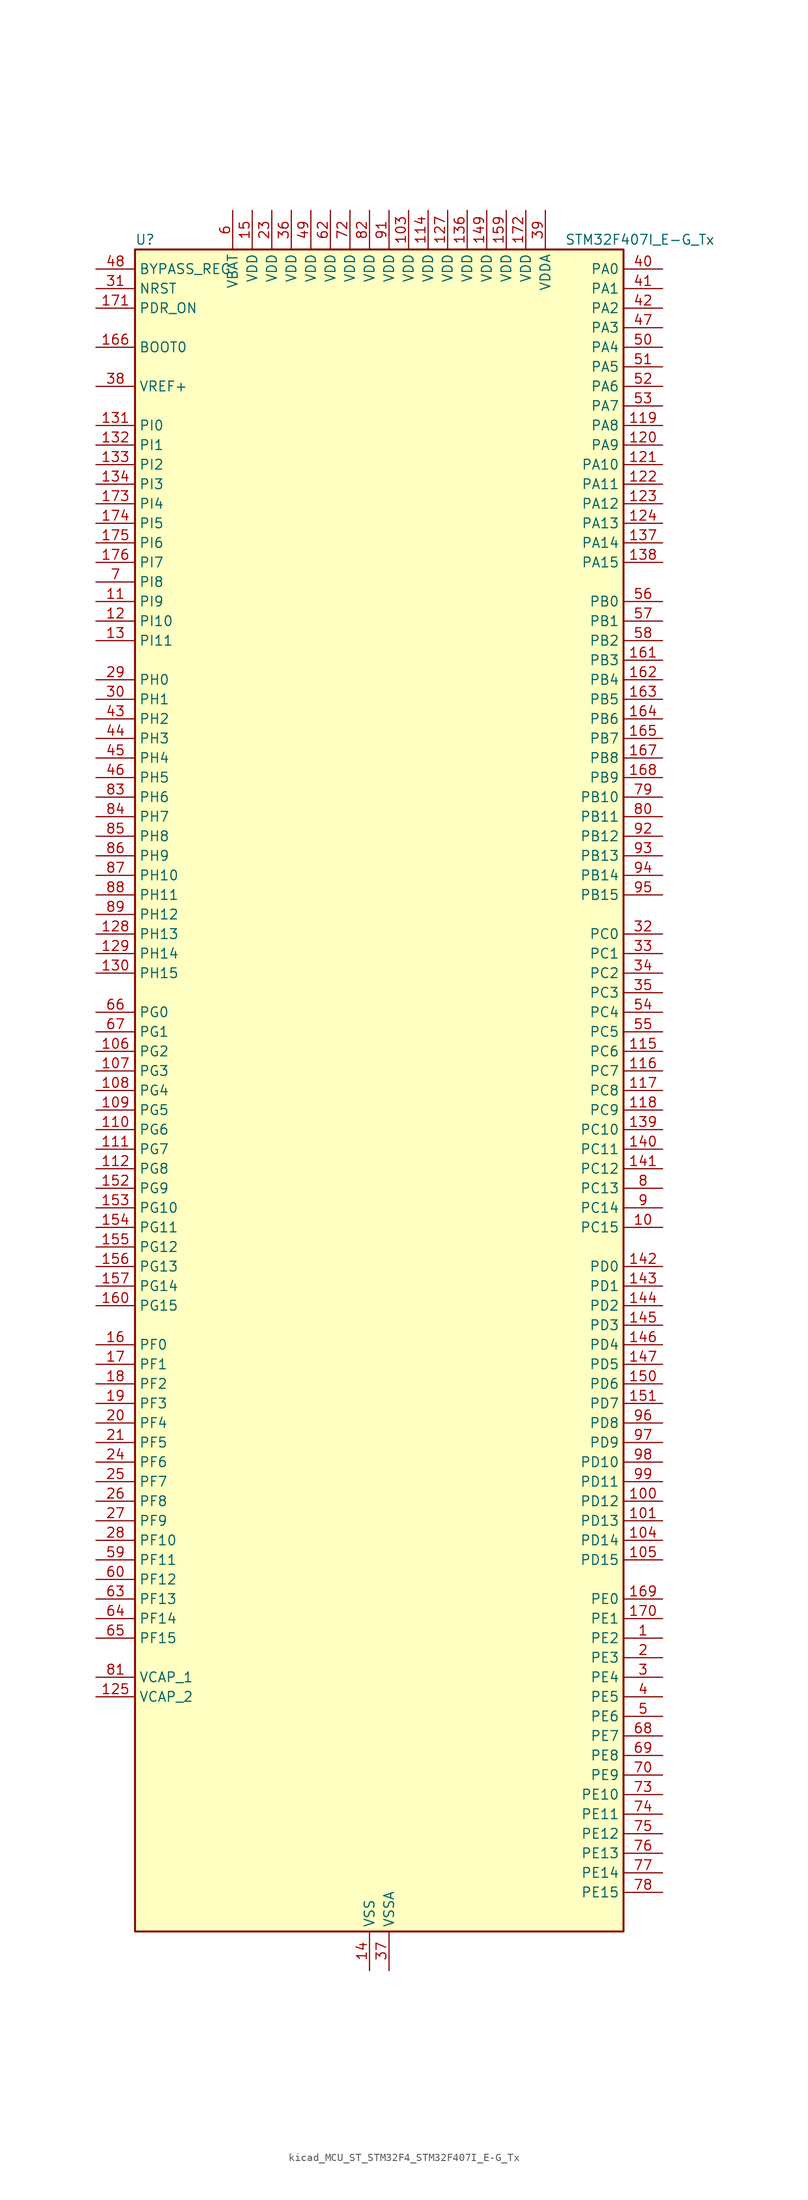
<source format=kicad_sym>
(kicad_symbol_lib
  (version 20220914)
  (generator kicad_symbol_editor)
  (symbol "kicad_MCU_ST_STM32F4_STM32F407I_E-G_Tx"
    (property "Reference" "U"
      (at -30.48 110.49 0)
      (effects (font (size 1.27 1.27)) (justify left)))
    (property "Value" "STM32F407I_E-G_Tx"
      (at 25.4 110.49 0)
      (effects (font (size 1.27 1.27)) (justify left)))
    (property "ki_locked" ""
      (at 0 0 0)
      (effects (font (size 1.27 1.27))))
    (symbol "kicad_MCU_ST_STM32F4_STM32F407I_E-G_Tx_0_1"
      (rectangle (start -30.48 -109.22) (end 33.02 109.22) (stroke (width 0.254) (type default)) (fill (type background))))
    (symbol "kicad_MCU_ST_STM32F4_STM32F407I_E-G_Tx_1_1"
      (pin bidirectional line (at 38.1 -71.12 180) (length 5.08) (name "PE2" (effects (font (size 1.27 1.27)))) (number "1" (effects (font (size 1.27 1.27)))) (alternate "ETH_TXD3" bidirectional line) (alternate "FSMC_A23" bidirectional line) (alternate "SYS_TRACECLK" bidirectional line))
      (pin bidirectional line (at 38.1 -17.78 180) (length 5.08) (name "PC15" (effects (font (size 1.27 1.27)))) (number "10" (effects (font (size 1.27 1.27)))) (alternate "ADC1_EXTI15" bidirectional line) (alternate "ADC2_EXTI15" bidirectional line) (alternate "ADC3_EXTI15" bidirectional line) (alternate "RCC_OSC32_OUT" bidirectional line))
      (pin bidirectional line (at 38.1 -53.34 180) (length 5.08) (name "PD12" (effects (font (size 1.27 1.27)))) (number "100" (effects (font (size 1.27 1.27)))) (alternate "FSMC_A17" bidirectional line) (alternate "FSMC_ALE" bidirectional line) (alternate "TIM4_CH1" bidirectional line) (alternate "USART3_RTS" bidirectional line))
      (pin bidirectional line (at 38.1 -55.88 180) (length 5.08) (name "PD13" (effects (font (size 1.27 1.27)))) (number "101" (effects (font (size 1.27 1.27)))) (alternate "FSMC_A18" bidirectional line) (alternate "TIM4_CH2" bidirectional line))
      (pin passive line (at 0 -114.3 90) (length 5.08) hide (name "VSS" (effects (font (size 1.27 1.27)))) (number "102" (effects (font (size 1.27 1.27)))))
      (pin power_in line (at 5.08 114.3 270) (length 5.08) (name "VDD" (effects (font (size 1.27 1.27)))) (number "103" (effects (font (size 1.27 1.27)))))
      (pin bidirectional line (at 38.1 -58.42 180) (length 5.08) (name "PD14" (effects (font (size 1.27 1.27)))) (number "104" (effects (font (size 1.27 1.27)))) (alternate "FSMC_D0" bidirectional line) (alternate "FSMC_DA0" bidirectional line) (alternate "TIM4_CH3" bidirectional line))
      (pin bidirectional line (at 38.1 -60.96 180) (length 5.08) (name "PD15" (effects (font (size 1.27 1.27)))) (number "105" (effects (font (size 1.27 1.27)))) (alternate "ADC1_EXTI15" bidirectional line) (alternate "ADC2_EXTI15" bidirectional line) (alternate "ADC3_EXTI15" bidirectional line) (alternate "FSMC_D1" bidirectional line) (alternate "FSMC_DA1" bidirectional line) (alternate "TIM4_CH4" bidirectional line))
      (pin bidirectional line (at -35.56 5.08 0) (length 5.08) (name "PG2" (effects (font (size 1.27 1.27)))) (number "106" (effects (font (size 1.27 1.27)))) (alternate "FSMC_A12" bidirectional line))
      (pin bidirectional line (at -35.56 2.54 0) (length 5.08) (name "PG3" (effects (font (size 1.27 1.27)))) (number "107" (effects (font (size 1.27 1.27)))) (alternate "FSMC_A13" bidirectional line))
      (pin bidirectional line (at -35.56 0 0) (length 5.08) (name "PG4" (effects (font (size 1.27 1.27)))) (number "108" (effects (font (size 1.27 1.27)))) (alternate "FSMC_A14" bidirectional line))
      (pin bidirectional line (at -35.56 -2.54 0) (length 5.08) (name "PG5" (effects (font (size 1.27 1.27)))) (number "109" (effects (font (size 1.27 1.27)))) (alternate "FSMC_A15" bidirectional line))
      (pin bidirectional line (at -35.56 63.5 0) (length 5.08) (name "PI9" (effects (font (size 1.27 1.27)))) (number "11" (effects (font (size 1.27 1.27)))) (alternate "CAN1_RX" bidirectional line) (alternate "DAC_EXTI9" bidirectional line))
      (pin bidirectional line (at -35.56 -5.08 0) (length 5.08) (name "PG6" (effects (font (size 1.27 1.27)))) (number "110" (effects (font (size 1.27 1.27)))) (alternate "FSMC_INT2" bidirectional line))
      (pin bidirectional line (at -35.56 -7.62 0) (length 5.08) (name "PG7" (effects (font (size 1.27 1.27)))) (number "111" (effects (font (size 1.27 1.27)))) (alternate "FSMC_INT3" bidirectional line) (alternate "USART6_CK" bidirectional line))
      (pin bidirectional line (at -35.56 -10.16 0) (length 5.08) (name "PG8" (effects (font (size 1.27 1.27)))) (number "112" (effects (font (size 1.27 1.27)))) (alternate "ETH_PPS_OUT" bidirectional line) (alternate "USART6_RTS" bidirectional line))
      (pin passive line (at 0 -114.3 90) (length 5.08) hide (name "VSS" (effects (font (size 1.27 1.27)))) (number "113" (effects (font (size 1.27 1.27)))))
      (pin power_in line (at 7.62 114.3 270) (length 5.08) (name "VDD" (effects (font (size 1.27 1.27)))) (number "114" (effects (font (size 1.27 1.27)))))
      (pin bidirectional line (at 38.1 5.08 180) (length 5.08) (name "PC6" (effects (font (size 1.27 1.27)))) (number "115" (effects (font (size 1.27 1.27)))) (alternate "DCMI_D0" bidirectional line) (alternate "I2S2_MCK" bidirectional line) (alternate "SDIO_D6" bidirectional line) (alternate "TIM3_CH1" bidirectional line) (alternate "TIM8_CH1" bidirectional line) (alternate "USART6_TX" bidirectional line))
      (pin bidirectional line (at 38.1 2.54 180) (length 5.08) (name "PC7" (effects (font (size 1.27 1.27)))) (number "116" (effects (font (size 1.27 1.27)))) (alternate "DCMI_D1" bidirectional line) (alternate "I2S3_MCK" bidirectional line) (alternate "SDIO_D7" bidirectional line) (alternate "TIM3_CH2" bidirectional line) (alternate "TIM8_CH2" bidirectional line) (alternate "USART6_RX" bidirectional line))
      (pin bidirectional line (at 38.1 0 180) (length 5.08) (name "PC8" (effects (font (size 1.27 1.27)))) (number "117" (effects (font (size 1.27 1.27)))) (alternate "DCMI_D2" bidirectional line) (alternate "SDIO_D0" bidirectional line) (alternate "TIM3_CH3" bidirectional line) (alternate "TIM8_CH3" bidirectional line) (alternate "USART6_CK" bidirectional line))
      (pin bidirectional line (at 38.1 -2.54 180) (length 5.08) (name "PC9" (effects (font (size 1.27 1.27)))) (number "118" (effects (font (size 1.27 1.27)))) (alternate "DAC_EXTI9" bidirectional line) (alternate "DCMI_D3" bidirectional line) (alternate "I2C3_SDA" bidirectional line) (alternate "I2S_CKIN" bidirectional line) (alternate "RCC_MCO_2" bidirectional line) (alternate "SDIO_D1" bidirectional line) (alternate "TIM3_CH4" bidirectional line) (alternate "TIM8_CH4" bidirectional line))
      (pin bidirectional line (at 38.1 86.36 180) (length 5.08) (name "PA8" (effects (font (size 1.27 1.27)))) (number "119" (effects (font (size 1.27 1.27)))) (alternate "I2C3_SCL" bidirectional line) (alternate "RCC_MCO_1" bidirectional line) (alternate "TIM1_CH1" bidirectional line) (alternate "USART1_CK" bidirectional line) (alternate "USB_OTG_FS_SOF" bidirectional line))
      (pin bidirectional line (at -35.56 60.96 0) (length 5.08) (name "PI10" (effects (font (size 1.27 1.27)))) (number "12" (effects (font (size 1.27 1.27)))) (alternate "ETH_RX_ER" bidirectional line))
      (pin bidirectional line (at 38.1 83.82 180) (length 5.08) (name "PA9" (effects (font (size 1.27 1.27)))) (number "120" (effects (font (size 1.27 1.27)))) (alternate "DAC_EXTI9" bidirectional line) (alternate "DCMI_D0" bidirectional line) (alternate "I2C3_SMBA" bidirectional line) (alternate "TIM1_CH2" bidirectional line) (alternate "USART1_TX" bidirectional line) (alternate "USB_OTG_FS_VBUS" bidirectional line))
      (pin bidirectional line (at 38.1 81.28 180) (length 5.08) (name "PA10" (effects (font (size 1.27 1.27)))) (number "121" (effects (font (size 1.27 1.27)))) (alternate "DCMI_D1" bidirectional line) (alternate "TIM1_CH3" bidirectional line) (alternate "USART1_RX" bidirectional line) (alternate "USB_OTG_FS_ID" bidirectional line))
      (pin bidirectional line (at 38.1 78.74 180) (length 5.08) (name "PA11" (effects (font (size 1.27 1.27)))) (number "122" (effects (font (size 1.27 1.27)))) (alternate "ADC1_EXTI11" bidirectional line) (alternate "ADC2_EXTI11" bidirectional line) (alternate "ADC3_EXTI11" bidirectional line) (alternate "CAN1_RX" bidirectional line) (alternate "TIM1_CH4" bidirectional line) (alternate "USART1_CTS" bidirectional line) (alternate "USB_OTG_FS_DM" bidirectional line))
      (pin bidirectional line (at 38.1 76.2 180) (length 5.08) (name "PA12" (effects (font (size 1.27 1.27)))) (number "123" (effects (font (size 1.27 1.27)))) (alternate "CAN1_TX" bidirectional line) (alternate "TIM1_ETR" bidirectional line) (alternate "USART1_RTS" bidirectional line) (alternate "USB_OTG_FS_DP" bidirectional line))
      (pin bidirectional line (at 38.1 73.66 180) (length 5.08) (name "PA13" (effects (font (size 1.27 1.27)))) (number "124" (effects (font (size 1.27 1.27)))) (alternate "SYS_JTMS-SWDIO" bidirectional line))
      (pin power_out line (at -35.56 -78.74 0) (length 5.08) (name "VCAP_2" (effects (font (size 1.27 1.27)))) (number "125" (effects (font (size 1.27 1.27)))))
      (pin passive line (at 0 -114.3 90) (length 5.08) hide (name "VSS" (effects (font (size 1.27 1.27)))) (number "126" (effects (font (size 1.27 1.27)))))
      (pin power_in line (at 10.16 114.3 270) (length 5.08) (name "VDD" (effects (font (size 1.27 1.27)))) (number "127" (effects (font (size 1.27 1.27)))))
      (pin bidirectional line (at -35.56 20.32 0) (length 5.08) (name "PH13" (effects (font (size 1.27 1.27)))) (number "128" (effects (font (size 1.27 1.27)))) (alternate "CAN1_TX" bidirectional line) (alternate "TIM8_CH1N" bidirectional line))
      (pin bidirectional line (at -35.56 17.78 0) (length 5.08) (name "PH14" (effects (font (size 1.27 1.27)))) (number "129" (effects (font (size 1.27 1.27)))) (alternate "DCMI_D4" bidirectional line) (alternate "TIM8_CH2N" bidirectional line))
      (pin bidirectional line (at -35.56 58.42 0) (length 5.08) (name "PI11" (effects (font (size 1.27 1.27)))) (number "13" (effects (font (size 1.27 1.27)))) (alternate "ADC1_EXTI11" bidirectional line) (alternate "ADC2_EXTI11" bidirectional line) (alternate "ADC3_EXTI11" bidirectional line) (alternate "USB_OTG_HS_ULPI_DIR" bidirectional line))
      (pin bidirectional line (at -35.56 15.24 0) (length 5.08) (name "PH15" (effects (font (size 1.27 1.27)))) (number "130" (effects (font (size 1.27 1.27)))) (alternate "ADC1_EXTI15" bidirectional line) (alternate "ADC2_EXTI15" bidirectional line) (alternate "ADC3_EXTI15" bidirectional line) (alternate "DCMI_D11" bidirectional line) (alternate "TIM8_CH3N" bidirectional line))
      (pin bidirectional line (at -35.56 86.36 0) (length 5.08) (name "PI0" (effects (font (size 1.27 1.27)))) (number "131" (effects (font (size 1.27 1.27)))) (alternate "DCMI_D13" bidirectional line) (alternate "I2S2_WS" bidirectional line) (alternate "SPI2_NSS" bidirectional line) (alternate "TIM5_CH4" bidirectional line))
      (pin bidirectional line (at -35.56 83.82 0) (length 5.08) (name "PI1" (effects (font (size 1.27 1.27)))) (number "132" (effects (font (size 1.27 1.27)))) (alternate "DCMI_D8" bidirectional line) (alternate "I2S2_CK" bidirectional line) (alternate "SPI2_SCK" bidirectional line))
      (pin bidirectional line (at -35.56 81.28 0) (length 5.08) (name "PI2" (effects (font (size 1.27 1.27)))) (number "133" (effects (font (size 1.27 1.27)))) (alternate "DCMI_D9" bidirectional line) (alternate "I2S2_ext_SD" bidirectional line) (alternate "SPI2_MISO" bidirectional line) (alternate "TIM8_CH4" bidirectional line))
      (pin bidirectional line (at -35.56 78.74 0) (length 5.08) (name "PI3" (effects (font (size 1.27 1.27)))) (number "134" (effects (font (size 1.27 1.27)))) (alternate "DCMI_D10" bidirectional line) (alternate "I2S2_SD" bidirectional line) (alternate "SPI2_MOSI" bidirectional line) (alternate "TIM8_ETR" bidirectional line))
      (pin passive line (at 0 -114.3 90) (length 5.08) hide (name "VSS" (effects (font (size 1.27 1.27)))) (number "135" (effects (font (size 1.27 1.27)))))
      (pin power_in line (at 12.7 114.3 270) (length 5.08) (name "VDD" (effects (font (size 1.27 1.27)))) (number "136" (effects (font (size 1.27 1.27)))))
      (pin bidirectional line (at 38.1 71.12 180) (length 5.08) (name "PA14" (effects (font (size 1.27 1.27)))) (number "137" (effects (font (size 1.27 1.27)))) (alternate "SYS_JTCK-SWCLK" bidirectional line))
      (pin bidirectional line (at 38.1 68.58 180) (length 5.08) (name "PA15" (effects (font (size 1.27 1.27)))) (number "138" (effects (font (size 1.27 1.27)))) (alternate "ADC1_EXTI15" bidirectional line) (alternate "ADC2_EXTI15" bidirectional line) (alternate "ADC3_EXTI15" bidirectional line) (alternate "I2S3_WS" bidirectional line) (alternate "SPI1_NSS" bidirectional line) (alternate "SPI3_NSS" bidirectional line) (alternate "SYS_JTDI" bidirectional line) (alternate "TIM2_CH1" bidirectional line) (alternate "TIM2_ETR" bidirectional line))
      (pin bidirectional line (at 38.1 -5.08 180) (length 5.08) (name "PC10" (effects (font (size 1.27 1.27)))) (number "139" (effects (font (size 1.27 1.27)))) (alternate "DCMI_D8" bidirectional line) (alternate "I2S3_CK" bidirectional line) (alternate "SDIO_D2" bidirectional line) (alternate "SPI3_SCK" bidirectional line) (alternate "UART4_TX" bidirectional line) (alternate "USART3_TX" bidirectional line))
      (pin power_in line (at 0 -114.3 90) (length 5.08) (name "VSS" (effects (font (size 1.27 1.27)))) (number "14" (effects (font (size 1.27 1.27)))))
      (pin bidirectional line (at 38.1 -7.62 180) (length 5.08) (name "PC11" (effects (font (size 1.27 1.27)))) (number "140" (effects (font (size 1.27 1.27)))) (alternate "ADC1_EXTI11" bidirectional line) (alternate "ADC2_EXTI11" bidirectional line) (alternate "ADC3_EXTI11" bidirectional line) (alternate "DCMI_D4" bidirectional line) (alternate "I2S3_ext_SD" bidirectional line) (alternate "SDIO_D3" bidirectional line) (alternate "SPI3_MISO" bidirectional line) (alternate "UART4_RX" bidirectional line) (alternate "USART3_RX" bidirectional line))
      (pin bidirectional line (at 38.1 -10.16 180) (length 5.08) (name "PC12" (effects (font (size 1.27 1.27)))) (number "141" (effects (font (size 1.27 1.27)))) (alternate "DCMI_D9" bidirectional line) (alternate "I2S3_SD" bidirectional line) (alternate "SDIO_CK" bidirectional line) (alternate "SPI3_MOSI" bidirectional line) (alternate "UART5_TX" bidirectional line) (alternate "USART3_CK" bidirectional line))
      (pin bidirectional line (at 38.1 -22.86 180) (length 5.08) (name "PD0" (effects (font (size 1.27 1.27)))) (number "142" (effects (font (size 1.27 1.27)))) (alternate "CAN1_RX" bidirectional line) (alternate "FSMC_D2" bidirectional line) (alternate "FSMC_DA2" bidirectional line))
      (pin bidirectional line (at 38.1 -25.4 180) (length 5.08) (name "PD1" (effects (font (size 1.27 1.27)))) (number "143" (effects (font (size 1.27 1.27)))) (alternate "CAN1_TX" bidirectional line) (alternate "FSMC_D3" bidirectional line) (alternate "FSMC_DA3" bidirectional line))
      (pin bidirectional line (at 38.1 -27.94 180) (length 5.08) (name "PD2" (effects (font (size 1.27 1.27)))) (number "144" (effects (font (size 1.27 1.27)))) (alternate "DCMI_D11" bidirectional line) (alternate "SDIO_CMD" bidirectional line) (alternate "TIM3_ETR" bidirectional line) (alternate "UART5_RX" bidirectional line))
      (pin bidirectional line (at 38.1 -30.48 180) (length 5.08) (name "PD3" (effects (font (size 1.27 1.27)))) (number "145" (effects (font (size 1.27 1.27)))) (alternate "FSMC_CLK" bidirectional line) (alternate "USART2_CTS" bidirectional line))
      (pin bidirectional line (at 38.1 -33.02 180) (length 5.08) (name "PD4" (effects (font (size 1.27 1.27)))) (number "146" (effects (font (size 1.27 1.27)))) (alternate "FSMC_NOE" bidirectional line) (alternate "USART2_RTS" bidirectional line))
      (pin bidirectional line (at 38.1 -35.56 180) (length 5.08) (name "PD5" (effects (font (size 1.27 1.27)))) (number "147" (effects (font (size 1.27 1.27)))) (alternate "FSMC_NWE" bidirectional line) (alternate "USART2_TX" bidirectional line))
      (pin passive line (at 0 -114.3 90) (length 5.08) hide (name "VSS" (effects (font (size 1.27 1.27)))) (number "148" (effects (font (size 1.27 1.27)))))
      (pin power_in line (at 15.24 114.3 270) (length 5.08) (name "VDD" (effects (font (size 1.27 1.27)))) (number "149" (effects (font (size 1.27 1.27)))))
      (pin power_in line (at -15.24 114.3 270) (length 5.08) (name "VDD" (effects (font (size 1.27 1.27)))) (number "15" (effects (font (size 1.27 1.27)))))
      (pin bidirectional line (at 38.1 -38.1 180) (length 5.08) (name "PD6" (effects (font (size 1.27 1.27)))) (number "150" (effects (font (size 1.27 1.27)))) (alternate "FSMC_NWAIT" bidirectional line) (alternate "USART2_RX" bidirectional line))
      (pin bidirectional line (at 38.1 -40.64 180) (length 5.08) (name "PD7" (effects (font (size 1.27 1.27)))) (number "151" (effects (font (size 1.27 1.27)))) (alternate "FSMC_NCE2" bidirectional line) (alternate "FSMC_NE1" bidirectional line) (alternate "USART2_CK" bidirectional line))
      (pin bidirectional line (at -35.56 -12.7 0) (length 5.08) (name "PG9" (effects (font (size 1.27 1.27)))) (number "152" (effects (font (size 1.27 1.27)))) (alternate "DAC_EXTI9" bidirectional line) (alternate "FSMC_NCE3" bidirectional line) (alternate "FSMC_NE2" bidirectional line) (alternate "USART6_RX" bidirectional line))
      (pin bidirectional line (at -35.56 -15.24 0) (length 5.08) (name "PG10" (effects (font (size 1.27 1.27)))) (number "153" (effects (font (size 1.27 1.27)))) (alternate "FSMC_NCE4_1" bidirectional line) (alternate "FSMC_NE3" bidirectional line))
      (pin bidirectional line (at -35.56 -17.78 0) (length 5.08) (name "PG11" (effects (font (size 1.27 1.27)))) (number "154" (effects (font (size 1.27 1.27)))) (alternate "ADC1_EXTI11" bidirectional line) (alternate "ADC2_EXTI11" bidirectional line) (alternate "ADC3_EXTI11" bidirectional line) (alternate "ETH_TX_EN" bidirectional line) (alternate "FSMC_NCE4_2" bidirectional line))
      (pin bidirectional line (at -35.56 -20.32 0) (length 5.08) (name "PG12" (effects (font (size 1.27 1.27)))) (number "155" (effects (font (size 1.27 1.27)))) (alternate "FSMC_NE4" bidirectional line) (alternate "USART6_RTS" bidirectional line))
      (pin bidirectional line (at -35.56 -22.86 0) (length 5.08) (name "PG13" (effects (font (size 1.27 1.27)))) (number "156" (effects (font (size 1.27 1.27)))) (alternate "ETH_TXD0" bidirectional line) (alternate "FSMC_A24" bidirectional line) (alternate "USART6_CTS" bidirectional line))
      (pin bidirectional line (at -35.56 -25.4 0) (length 5.08) (name "PG14" (effects (font (size 1.27 1.27)))) (number "157" (effects (font (size 1.27 1.27)))) (alternate "ETH_TXD1" bidirectional line) (alternate "FSMC_A25" bidirectional line) (alternate "USART6_TX" bidirectional line))
      (pin passive line (at 0 -114.3 90) (length 5.08) hide (name "VSS" (effects (font (size 1.27 1.27)))) (number "158" (effects (font (size 1.27 1.27)))))
      (pin power_in line (at 17.78 114.3 270) (length 5.08) (name "VDD" (effects (font (size 1.27 1.27)))) (number "159" (effects (font (size 1.27 1.27)))))
      (pin bidirectional line (at -35.56 -33.02 0) (length 5.08) (name "PF0" (effects (font (size 1.27 1.27)))) (number "16" (effects (font (size 1.27 1.27)))) (alternate "FSMC_A0" bidirectional line) (alternate "I2C2_SDA" bidirectional line))
      (pin bidirectional line (at -35.56 -27.94 0) (length 5.08) (name "PG15" (effects (font (size 1.27 1.27)))) (number "160" (effects (font (size 1.27 1.27)))) (alternate "ADC1_EXTI15" bidirectional line) (alternate "ADC2_EXTI15" bidirectional line) (alternate "ADC3_EXTI15" bidirectional line) (alternate "DCMI_D13" bidirectional line) (alternate "USART6_CTS" bidirectional line))
      (pin bidirectional line (at 38.1 55.88 180) (length 5.08) (name "PB3" (effects (font (size 1.27 1.27)))) (number "161" (effects (font (size 1.27 1.27)))) (alternate "I2S3_CK" bidirectional line) (alternate "SPI1_SCK" bidirectional line) (alternate "SPI3_SCK" bidirectional line) (alternate "SYS_JTDO-SWO" bidirectional line) (alternate "TIM2_CH2" bidirectional line))
      (pin bidirectional line (at 38.1 53.34 180) (length 5.08) (name "PB4" (effects (font (size 1.27 1.27)))) (number "162" (effects (font (size 1.27 1.27)))) (alternate "I2S3_ext_SD" bidirectional line) (alternate "SPI1_MISO" bidirectional line) (alternate "SPI3_MISO" bidirectional line) (alternate "SYS_JTRST" bidirectional line) (alternate "TIM3_CH1" bidirectional line))
      (pin bidirectional line (at 38.1 50.8 180) (length 5.08) (name "PB5" (effects (font (size 1.27 1.27)))) (number "163" (effects (font (size 1.27 1.27)))) (alternate "CAN2_RX" bidirectional line) (alternate "DCMI_D10" bidirectional line) (alternate "ETH_PPS_OUT" bidirectional line) (alternate "I2C1_SMBA" bidirectional line) (alternate "I2S3_SD" bidirectional line) (alternate "SPI1_MOSI" bidirectional line) (alternate "SPI3_MOSI" bidirectional line) (alternate "TIM3_CH2" bidirectional line) (alternate "USB_OTG_HS_ULPI_D7" bidirectional line))
      (pin bidirectional line (at 38.1 48.26 180) (length 5.08) (name "PB6" (effects (font (size 1.27 1.27)))) (number "164" (effects (font (size 1.27 1.27)))) (alternate "CAN2_TX" bidirectional line) (alternate "DCMI_D5" bidirectional line) (alternate "I2C1_SCL" bidirectional line) (alternate "TIM4_CH1" bidirectional line) (alternate "USART1_TX" bidirectional line))
      (pin bidirectional line (at 38.1 45.72 180) (length 5.08) (name "PB7" (effects (font (size 1.27 1.27)))) (number "165" (effects (font (size 1.27 1.27)))) (alternate "DCMI_VSYNC" bidirectional line) (alternate "FSMC_NL" bidirectional line) (alternate "I2C1_SDA" bidirectional line) (alternate "TIM4_CH2" bidirectional line) (alternate "USART1_RX" bidirectional line))
      (pin input line (at -35.56 96.52 0) (length 5.08) (name "BOOT0" (effects (font (size 1.27 1.27)))) (number "166" (effects (font (size 1.27 1.27)))))
      (pin bidirectional line (at 38.1 43.18 180) (length 5.08) (name "PB8" (effects (font (size 1.27 1.27)))) (number "167" (effects (font (size 1.27 1.27)))) (alternate "CAN1_RX" bidirectional line) (alternate "DCMI_D6" bidirectional line) (alternate "ETH_TXD3" bidirectional line) (alternate "I2C1_SCL" bidirectional line) (alternate "SDIO_D4" bidirectional line) (alternate "TIM10_CH1" bidirectional line) (alternate "TIM4_CH3" bidirectional line))
      (pin bidirectional line (at 38.1 40.64 180) (length 5.08) (name "PB9" (effects (font (size 1.27 1.27)))) (number "168" (effects (font (size 1.27 1.27)))) (alternate "CAN1_TX" bidirectional line) (alternate "DAC_EXTI9" bidirectional line) (alternate "DCMI_D7" bidirectional line) (alternate "I2C1_SDA" bidirectional line) (alternate "I2S2_WS" bidirectional line) (alternate "SDIO_D5" bidirectional line) (alternate "SPI2_NSS" bidirectional line) (alternate "TIM11_CH1" bidirectional line) (alternate "TIM4_CH4" bidirectional line))
      (pin bidirectional line (at 38.1 -66.04 180) (length 5.08) (name "PE0" (effects (font (size 1.27 1.27)))) (number "169" (effects (font (size 1.27 1.27)))) (alternate "DCMI_D2" bidirectional line) (alternate "FSMC_NBL0" bidirectional line) (alternate "TIM4_ETR" bidirectional line))
      (pin bidirectional line (at -35.56 -35.56 0) (length 5.08) (name "PF1" (effects (font (size 1.27 1.27)))) (number "17" (effects (font (size 1.27 1.27)))) (alternate "FSMC_A1" bidirectional line) (alternate "I2C2_SCL" bidirectional line))
      (pin bidirectional line (at 38.1 -68.58 180) (length 5.08) (name "PE1" (effects (font (size 1.27 1.27)))) (number "170" (effects (font (size 1.27 1.27)))) (alternate "DCMI_D3" bidirectional line) (alternate "FSMC_NBL1" bidirectional line))
      (pin input line (at -35.56 101.6 0) (length 5.08) (name "PDR_ON" (effects (font (size 1.27 1.27)))) (number "171" (effects (font (size 1.27 1.27)))))
      (pin power_in line (at 20.32 114.3 270) (length 5.08) (name "VDD" (effects (font (size 1.27 1.27)))) (number "172" (effects (font (size 1.27 1.27)))))
      (pin bidirectional line (at -35.56 76.2 0) (length 5.08) (name "PI4" (effects (font (size 1.27 1.27)))) (number "173" (effects (font (size 1.27 1.27)))) (alternate "DCMI_D5" bidirectional line) (alternate "TIM8_BKIN" bidirectional line))
      (pin bidirectional line (at -35.56 73.66 0) (length 5.08) (name "PI5" (effects (font (size 1.27 1.27)))) (number "174" (effects (font (size 1.27 1.27)))) (alternate "DCMI_VSYNC" bidirectional line) (alternate "TIM8_CH1" bidirectional line))
      (pin bidirectional line (at -35.56 71.12 0) (length 5.08) (name "PI6" (effects (font (size 1.27 1.27)))) (number "175" (effects (font (size 1.27 1.27)))) (alternate "DCMI_D6" bidirectional line) (alternate "TIM8_CH2" bidirectional line))
      (pin bidirectional line (at -35.56 68.58 0) (length 5.08) (name "PI7" (effects (font (size 1.27 1.27)))) (number "176" (effects (font (size 1.27 1.27)))) (alternate "DCMI_D7" bidirectional line) (alternate "TIM8_CH3" bidirectional line))
      (pin bidirectional line (at -35.56 -38.1 0) (length 5.08) (name "PF2" (effects (font (size 1.27 1.27)))) (number "18" (effects (font (size 1.27 1.27)))) (alternate "FSMC_A2" bidirectional line) (alternate "I2C2_SMBA" bidirectional line))
      (pin bidirectional line (at -35.56 -40.64 0) (length 5.08) (name "PF3" (effects (font (size 1.27 1.27)))) (number "19" (effects (font (size 1.27 1.27)))) (alternate "ADC3_IN9" bidirectional line) (alternate "FSMC_A3" bidirectional line))
      (pin bidirectional line (at 38.1 -73.66 180) (length 5.08) (name "PE3" (effects (font (size 1.27 1.27)))) (number "2" (effects (font (size 1.27 1.27)))) (alternate "FSMC_A19" bidirectional line) (alternate "SYS_TRACED0" bidirectional line))
      (pin bidirectional line (at -35.56 -43.18 0) (length 5.08) (name "PF4" (effects (font (size 1.27 1.27)))) (number "20" (effects (font (size 1.27 1.27)))) (alternate "ADC3_IN14" bidirectional line) (alternate "FSMC_A4" bidirectional line))
      (pin bidirectional line (at -35.56 -45.72 0) (length 5.08) (name "PF5" (effects (font (size 1.27 1.27)))) (number "21" (effects (font (size 1.27 1.27)))) (alternate "ADC3_IN15" bidirectional line) (alternate "FSMC_A5" bidirectional line))
      (pin passive line (at 0 -114.3 90) (length 5.08) hide (name "VSS" (effects (font (size 1.27 1.27)))) (number "22" (effects (font (size 1.27 1.27)))))
      (pin power_in line (at -12.7 114.3 270) (length 5.08) (name "VDD" (effects (font (size 1.27 1.27)))) (number "23" (effects (font (size 1.27 1.27)))))
      (pin bidirectional line (at -35.56 -48.26 0) (length 5.08) (name "PF6" (effects (font (size 1.27 1.27)))) (number "24" (effects (font (size 1.27 1.27)))) (alternate "ADC3_IN4" bidirectional line) (alternate "FSMC_NIORD" bidirectional line) (alternate "TIM10_CH1" bidirectional line))
      (pin bidirectional line (at -35.56 -50.8 0) (length 5.08) (name "PF7" (effects (font (size 1.27 1.27)))) (number "25" (effects (font (size 1.27 1.27)))) (alternate "ADC3_IN5" bidirectional line) (alternate "FSMC_NREG" bidirectional line) (alternate "TIM11_CH1" bidirectional line))
      (pin bidirectional line (at -35.56 -53.34 0) (length 5.08) (name "PF8" (effects (font (size 1.27 1.27)))) (number "26" (effects (font (size 1.27 1.27)))) (alternate "ADC3_IN6" bidirectional line) (alternate "FSMC_NIOWR" bidirectional line) (alternate "TIM13_CH1" bidirectional line))
      (pin bidirectional line (at -35.56 -55.88 0) (length 5.08) (name "PF9" (effects (font (size 1.27 1.27)))) (number "27" (effects (font (size 1.27 1.27)))) (alternate "ADC3_IN7" bidirectional line) (alternate "DAC_EXTI9" bidirectional line) (alternate "FSMC_CD" bidirectional line) (alternate "TIM14_CH1" bidirectional line))
      (pin bidirectional line (at -35.56 -58.42 0) (length 5.08) (name "PF10" (effects (font (size 1.27 1.27)))) (number "28" (effects (font (size 1.27 1.27)))) (alternate "ADC3_IN8" bidirectional line) (alternate "FSMC_INTR" bidirectional line))
      (pin bidirectional line (at -35.56 53.34 0) (length 5.08) (name "PH0" (effects (font (size 1.27 1.27)))) (number "29" (effects (font (size 1.27 1.27)))) (alternate "RCC_OSC_IN" bidirectional line))
      (pin bidirectional line (at 38.1 -76.2 180) (length 5.08) (name "PE4" (effects (font (size 1.27 1.27)))) (number "3" (effects (font (size 1.27 1.27)))) (alternate "DCMI_D4" bidirectional line) (alternate "FSMC_A20" bidirectional line) (alternate "SYS_TRACED1" bidirectional line))
      (pin bidirectional line (at -35.56 50.8 0) (length 5.08) (name "PH1" (effects (font (size 1.27 1.27)))) (number "30" (effects (font (size 1.27 1.27)))) (alternate "RCC_OSC_OUT" bidirectional line))
      (pin input line (at -35.56 104.14 0) (length 5.08) (name "NRST" (effects (font (size 1.27 1.27)))) (number "31" (effects (font (size 1.27 1.27)))))
      (pin bidirectional line (at 38.1 20.32 180) (length 5.08) (name "PC0" (effects (font (size 1.27 1.27)))) (number "32" (effects (font (size 1.27 1.27)))) (alternate "ADC1_IN10" bidirectional line) (alternate "ADC2_IN10" bidirectional line) (alternate "ADC3_IN10" bidirectional line) (alternate "USB_OTG_HS_ULPI_STP" bidirectional line))
      (pin bidirectional line (at 38.1 17.78 180) (length 5.08) (name "PC1" (effects (font (size 1.27 1.27)))) (number "33" (effects (font (size 1.27 1.27)))) (alternate "ADC1_IN11" bidirectional line) (alternate "ADC2_IN11" bidirectional line) (alternate "ADC3_IN11" bidirectional line) (alternate "ETH_MDC" bidirectional line))
      (pin bidirectional line (at 38.1 15.24 180) (length 5.08) (name "PC2" (effects (font (size 1.27 1.27)))) (number "34" (effects (font (size 1.27 1.27)))) (alternate "ADC1_IN12" bidirectional line) (alternate "ADC2_IN12" bidirectional line) (alternate "ADC3_IN12" bidirectional line) (alternate "ETH_TXD2" bidirectional line) (alternate "I2S2_ext_SD" bidirectional line) (alternate "SPI2_MISO" bidirectional line) (alternate "USB_OTG_HS_ULPI_DIR" bidirectional line))
      (pin bidirectional line (at 38.1 12.7 180) (length 5.08) (name "PC3" (effects (font (size 1.27 1.27)))) (number "35" (effects (font (size 1.27 1.27)))) (alternate "ADC1_IN13" bidirectional line) (alternate "ADC2_IN13" bidirectional line) (alternate "ADC3_IN13" bidirectional line) (alternate "ETH_TX_CLK" bidirectional line) (alternate "I2S2_SD" bidirectional line) (alternate "SPI2_MOSI" bidirectional line) (alternate "USB_OTG_HS_ULPI_NXT" bidirectional line))
      (pin power_in line (at -10.16 114.3 270) (length 5.08) (name "VDD" (effects (font (size 1.27 1.27)))) (number "36" (effects (font (size 1.27 1.27)))))
      (pin power_in line (at 2.54 -114.3 90) (length 5.08) (name "VSSA" (effects (font (size 1.27 1.27)))) (number "37" (effects (font (size 1.27 1.27)))))
      (pin input line (at -35.56 91.44 0) (length 5.08) (name "VREF+" (effects (font (size 1.27 1.27)))) (number "38" (effects (font (size 1.27 1.27)))))
      (pin power_in line (at 22.86 114.3 270) (length 5.08) (name "VDDA" (effects (font (size 1.27 1.27)))) (number "39" (effects (font (size 1.27 1.27)))))
      (pin bidirectional line (at 38.1 -78.74 180) (length 5.08) (name "PE5" (effects (font (size 1.27 1.27)))) (number "4" (effects (font (size 1.27 1.27)))) (alternate "DCMI_D6" bidirectional line) (alternate "FSMC_A21" bidirectional line) (alternate "SYS_TRACED2" bidirectional line) (alternate "TIM9_CH1" bidirectional line))
      (pin bidirectional line (at 38.1 106.68 180) (length 5.08) (name "PA0" (effects (font (size 1.27 1.27)))) (number "40" (effects (font (size 1.27 1.27)))) (alternate "ADC1_IN0" bidirectional line) (alternate "ADC2_IN0" bidirectional line) (alternate "ADC3_IN0" bidirectional line) (alternate "ETH_CRS" bidirectional line) (alternate "SYS_WKUP" bidirectional line) (alternate "TIM2_CH1" bidirectional line) (alternate "TIM2_ETR" bidirectional line) (alternate "TIM5_CH1" bidirectional line) (alternate "TIM8_ETR" bidirectional line) (alternate "UART4_TX" bidirectional line) (alternate "USART2_CTS" bidirectional line))
      (pin bidirectional line (at 38.1 104.14 180) (length 5.08) (name "PA1" (effects (font (size 1.27 1.27)))) (number "41" (effects (font (size 1.27 1.27)))) (alternate "ADC1_IN1" bidirectional line) (alternate "ADC2_IN1" bidirectional line) (alternate "ADC3_IN1" bidirectional line) (alternate "ETH_REF_CLK" bidirectional line) (alternate "ETH_RX_CLK" bidirectional line) (alternate "TIM2_CH2" bidirectional line) (alternate "TIM5_CH2" bidirectional line) (alternate "UART4_RX" bidirectional line) (alternate "USART2_RTS" bidirectional line))
      (pin bidirectional line (at 38.1 101.6 180) (length 5.08) (name "PA2" (effects (font (size 1.27 1.27)))) (number "42" (effects (font (size 1.27 1.27)))) (alternate "ADC1_IN2" bidirectional line) (alternate "ADC2_IN2" bidirectional line) (alternate "ADC3_IN2" bidirectional line) (alternate "ETH_MDIO" bidirectional line) (alternate "TIM2_CH3" bidirectional line) (alternate "TIM5_CH3" bidirectional line) (alternate "TIM9_CH1" bidirectional line) (alternate "USART2_TX" bidirectional line))
      (pin bidirectional line (at -35.56 48.26 0) (length 5.08) (name "PH2" (effects (font (size 1.27 1.27)))) (number "43" (effects (font (size 1.27 1.27)))) (alternate "ETH_CRS" bidirectional line))
      (pin bidirectional line (at -35.56 45.72 0) (length 5.08) (name "PH3" (effects (font (size 1.27 1.27)))) (number "44" (effects (font (size 1.27 1.27)))) (alternate "ETH_COL" bidirectional line))
      (pin bidirectional line (at -35.56 43.18 0) (length 5.08) (name "PH4" (effects (font (size 1.27 1.27)))) (number "45" (effects (font (size 1.27 1.27)))) (alternate "I2C2_SCL" bidirectional line) (alternate "USB_OTG_HS_ULPI_NXT" bidirectional line))
      (pin bidirectional line (at -35.56 40.64 0) (length 5.08) (name "PH5" (effects (font (size 1.27 1.27)))) (number "46" (effects (font (size 1.27 1.27)))) (alternate "I2C2_SDA" bidirectional line))
      (pin bidirectional line (at 38.1 99.06 180) (length 5.08) (name "PA3" (effects (font (size 1.27 1.27)))) (number "47" (effects (font (size 1.27 1.27)))) (alternate "ADC1_IN3" bidirectional line) (alternate "ADC2_IN3" bidirectional line) (alternate "ADC3_IN3" bidirectional line) (alternate "ETH_COL" bidirectional line) (alternate "TIM2_CH4" bidirectional line) (alternate "TIM5_CH4" bidirectional line) (alternate "TIM9_CH2" bidirectional line) (alternate "USART2_RX" bidirectional line) (alternate "USB_OTG_HS_ULPI_D0" bidirectional line))
      (pin input line (at -35.56 106.68 0) (length 5.08) (name "BYPASS_REG" (effects (font (size 1.27 1.27)))) (number "48" (effects (font (size 1.27 1.27)))))
      (pin power_in line (at -7.62 114.3 270) (length 5.08) (name "VDD" (effects (font (size 1.27 1.27)))) (number "49" (effects (font (size 1.27 1.27)))))
      (pin bidirectional line (at 38.1 -81.28 180) (length 5.08) (name "PE6" (effects (font (size 1.27 1.27)))) (number "5" (effects (font (size 1.27 1.27)))) (alternate "DCMI_D7" bidirectional line) (alternate "FSMC_A22" bidirectional line) (alternate "SYS_TRACED3" bidirectional line) (alternate "TIM9_CH2" bidirectional line))
      (pin bidirectional line (at 38.1 96.52 180) (length 5.08) (name "PA4" (effects (font (size 1.27 1.27)))) (number "50" (effects (font (size 1.27 1.27)))) (alternate "ADC1_IN4" bidirectional line) (alternate "ADC2_IN4" bidirectional line) (alternate "DAC_OUT1" bidirectional line) (alternate "DCMI_HSYNC" bidirectional line) (alternate "I2S3_WS" bidirectional line) (alternate "SPI1_NSS" bidirectional line) (alternate "SPI3_NSS" bidirectional line) (alternate "USART2_CK" bidirectional line) (alternate "USB_OTG_HS_SOF" bidirectional line))
      (pin bidirectional line (at 38.1 93.98 180) (length 5.08) (name "PA5" (effects (font (size 1.27 1.27)))) (number "51" (effects (font (size 1.27 1.27)))) (alternate "ADC1_IN5" bidirectional line) (alternate "ADC2_IN5" bidirectional line) (alternate "DAC_OUT2" bidirectional line) (alternate "SPI1_SCK" bidirectional line) (alternate "TIM2_CH1" bidirectional line) (alternate "TIM2_ETR" bidirectional line) (alternate "TIM8_CH1N" bidirectional line) (alternate "USB_OTG_HS_ULPI_CK" bidirectional line))
      (pin bidirectional line (at 38.1 91.44 180) (length 5.08) (name "PA6" (effects (font (size 1.27 1.27)))) (number "52" (effects (font (size 1.27 1.27)))) (alternate "ADC1_IN6" bidirectional line) (alternate "ADC2_IN6" bidirectional line) (alternate "DCMI_PIXCLK" bidirectional line) (alternate "SPI1_MISO" bidirectional line) (alternate "TIM13_CH1" bidirectional line) (alternate "TIM1_BKIN" bidirectional line) (alternate "TIM3_CH1" bidirectional line) (alternate "TIM8_BKIN" bidirectional line))
      (pin bidirectional line (at 38.1 88.9 180) (length 5.08) (name "PA7" (effects (font (size 1.27 1.27)))) (number "53" (effects (font (size 1.27 1.27)))) (alternate "ADC1_IN7" bidirectional line) (alternate "ADC2_IN7" bidirectional line) (alternate "ETH_CRS_DV" bidirectional line) (alternate "ETH_RX_DV" bidirectional line) (alternate "SPI1_MOSI" bidirectional line) (alternate "TIM14_CH1" bidirectional line) (alternate "TIM1_CH1N" bidirectional line) (alternate "TIM3_CH2" bidirectional line) (alternate "TIM8_CH1N" bidirectional line))
      (pin bidirectional line (at 38.1 10.16 180) (length 5.08) (name "PC4" (effects (font (size 1.27 1.27)))) (number "54" (effects (font (size 1.27 1.27)))) (alternate "ADC1_IN14" bidirectional line) (alternate "ADC2_IN14" bidirectional line) (alternate "ETH_RXD0" bidirectional line))
      (pin bidirectional line (at 38.1 7.62 180) (length 5.08) (name "PC5" (effects (font (size 1.27 1.27)))) (number "55" (effects (font (size 1.27 1.27)))) (alternate "ADC1_IN15" bidirectional line) (alternate "ADC2_IN15" bidirectional line) (alternate "ETH_RXD1" bidirectional line))
      (pin bidirectional line (at 38.1 63.5 180) (length 5.08) (name "PB0" (effects (font (size 1.27 1.27)))) (number "56" (effects (font (size 1.27 1.27)))) (alternate "ADC1_IN8" bidirectional line) (alternate "ADC2_IN8" bidirectional line) (alternate "ETH_RXD2" bidirectional line) (alternate "TIM1_CH2N" bidirectional line) (alternate "TIM3_CH3" bidirectional line) (alternate "TIM8_CH2N" bidirectional line) (alternate "USB_OTG_HS_ULPI_D1" bidirectional line))
      (pin bidirectional line (at 38.1 60.96 180) (length 5.08) (name "PB1" (effects (font (size 1.27 1.27)))) (number "57" (effects (font (size 1.27 1.27)))) (alternate "ADC1_IN9" bidirectional line) (alternate "ADC2_IN9" bidirectional line) (alternate "ETH_RXD3" bidirectional line) (alternate "TIM1_CH3N" bidirectional line) (alternate "TIM3_CH4" bidirectional line) (alternate "TIM8_CH3N" bidirectional line) (alternate "USB_OTG_HS_ULPI_D2" bidirectional line))
      (pin bidirectional line (at 38.1 58.42 180) (length 5.08) (name "PB2" (effects (font (size 1.27 1.27)))) (number "58" (effects (font (size 1.27 1.27)))))
      (pin bidirectional line (at -35.56 -60.96 0) (length 5.08) (name "PF11" (effects (font (size 1.27 1.27)))) (number "59" (effects (font (size 1.27 1.27)))) (alternate "ADC1_EXTI11" bidirectional line) (alternate "ADC2_EXTI11" bidirectional line) (alternate "ADC3_EXTI11" bidirectional line) (alternate "DCMI_D12" bidirectional line))
      (pin power_in line (at -17.78 114.3 270) (length 5.08) (name "VBAT" (effects (font (size 1.27 1.27)))) (number "6" (effects (font (size 1.27 1.27)))))
      (pin bidirectional line (at -35.56 -63.5 0) (length 5.08) (name "PF12" (effects (font (size 1.27 1.27)))) (number "60" (effects (font (size 1.27 1.27)))) (alternate "FSMC_A6" bidirectional line))
      (pin passive line (at 0 -114.3 90) (length 5.08) hide (name "VSS" (effects (font (size 1.27 1.27)))) (number "61" (effects (font (size 1.27 1.27)))))
      (pin power_in line (at -5.08 114.3 270) (length 5.08) (name "VDD" (effects (font (size 1.27 1.27)))) (number "62" (effects (font (size 1.27 1.27)))))
      (pin bidirectional line (at -35.56 -66.04 0) (length 5.08) (name "PF13" (effects (font (size 1.27 1.27)))) (number "63" (effects (font (size 1.27 1.27)))) (alternate "FSMC_A7" bidirectional line))
      (pin bidirectional line (at -35.56 -68.58 0) (length 5.08) (name "PF14" (effects (font (size 1.27 1.27)))) (number "64" (effects (font (size 1.27 1.27)))) (alternate "FSMC_A8" bidirectional line))
      (pin bidirectional line (at -35.56 -71.12 0) (length 5.08) (name "PF15" (effects (font (size 1.27 1.27)))) (number "65" (effects (font (size 1.27 1.27)))) (alternate "ADC1_EXTI15" bidirectional line) (alternate "ADC2_EXTI15" bidirectional line) (alternate "ADC3_EXTI15" bidirectional line) (alternate "FSMC_A9" bidirectional line))
      (pin bidirectional line (at -35.56 10.16 0) (length 5.08) (name "PG0" (effects (font (size 1.27 1.27)))) (number "66" (effects (font (size 1.27 1.27)))) (alternate "FSMC_A10" bidirectional line))
      (pin bidirectional line (at -35.56 7.62 0) (length 5.08) (name "PG1" (effects (font (size 1.27 1.27)))) (number "67" (effects (font (size 1.27 1.27)))) (alternate "FSMC_A11" bidirectional line))
      (pin bidirectional line (at 38.1 -83.82 180) (length 5.08) (name "PE7" (effects (font (size 1.27 1.27)))) (number "68" (effects (font (size 1.27 1.27)))) (alternate "FSMC_D4" bidirectional line) (alternate "FSMC_DA4" bidirectional line) (alternate "TIM1_ETR" bidirectional line))
      (pin bidirectional line (at 38.1 -86.36 180) (length 5.08) (name "PE8" (effects (font (size 1.27 1.27)))) (number "69" (effects (font (size 1.27 1.27)))) (alternate "FSMC_D5" bidirectional line) (alternate "FSMC_DA5" bidirectional line) (alternate "TIM1_CH1N" bidirectional line))
      (pin bidirectional line (at -35.56 66.04 0) (length 5.08) (name "PI8" (effects (font (size 1.27 1.27)))) (number "7" (effects (font (size 1.27 1.27)))) (alternate "RTC_AF2" bidirectional line))
      (pin bidirectional line (at 38.1 -88.9 180) (length 5.08) (name "PE9" (effects (font (size 1.27 1.27)))) (number "70" (effects (font (size 1.27 1.27)))) (alternate "DAC_EXTI9" bidirectional line) (alternate "FSMC_D6" bidirectional line) (alternate "FSMC_DA6" bidirectional line) (alternate "TIM1_CH1" bidirectional line))
      (pin passive line (at 0 -114.3 90) (length 5.08) hide (name "VSS" (effects (font (size 1.27 1.27)))) (number "71" (effects (font (size 1.27 1.27)))))
      (pin power_in line (at -2.54 114.3 270) (length 5.08) (name "VDD" (effects (font (size 1.27 1.27)))) (number "72" (effects (font (size 1.27 1.27)))))
      (pin bidirectional line (at 38.1 -91.44 180) (length 5.08) (name "PE10" (effects (font (size 1.27 1.27)))) (number "73" (effects (font (size 1.27 1.27)))) (alternate "FSMC_D7" bidirectional line) (alternate "FSMC_DA7" bidirectional line) (alternate "TIM1_CH2N" bidirectional line))
      (pin bidirectional line (at 38.1 -93.98 180) (length 5.08) (name "PE11" (effects (font (size 1.27 1.27)))) (number "74" (effects (font (size 1.27 1.27)))) (alternate "ADC1_EXTI11" bidirectional line) (alternate "ADC2_EXTI11" bidirectional line) (alternate "ADC3_EXTI11" bidirectional line) (alternate "FSMC_D8" bidirectional line) (alternate "FSMC_DA8" bidirectional line) (alternate "TIM1_CH2" bidirectional line))
      (pin bidirectional line (at 38.1 -96.52 180) (length 5.08) (name "PE12" (effects (font (size 1.27 1.27)))) (number "75" (effects (font (size 1.27 1.27)))) (alternate "FSMC_D9" bidirectional line) (alternate "FSMC_DA9" bidirectional line) (alternate "TIM1_CH3N" bidirectional line))
      (pin bidirectional line (at 38.1 -99.06 180) (length 5.08) (name "PE13" (effects (font (size 1.27 1.27)))) (number "76" (effects (font (size 1.27 1.27)))) (alternate "FSMC_D10" bidirectional line) (alternate "FSMC_DA10" bidirectional line) (alternate "TIM1_CH3" bidirectional line))
      (pin bidirectional line (at 38.1 -101.6 180) (length 5.08) (name "PE14" (effects (font (size 1.27 1.27)))) (number "77" (effects (font (size 1.27 1.27)))) (alternate "FSMC_D11" bidirectional line) (alternate "FSMC_DA11" bidirectional line) (alternate "TIM1_CH4" bidirectional line))
      (pin bidirectional line (at 38.1 -104.14 180) (length 5.08) (name "PE15" (effects (font (size 1.27 1.27)))) (number "78" (effects (font (size 1.27 1.27)))) (alternate "ADC1_EXTI15" bidirectional line) (alternate "ADC2_EXTI15" bidirectional line) (alternate "ADC3_EXTI15" bidirectional line) (alternate "FSMC_D12" bidirectional line) (alternate "FSMC_DA12" bidirectional line) (alternate "TIM1_BKIN" bidirectional line))
      (pin bidirectional line (at 38.1 38.1 180) (length 5.08) (name "PB10" (effects (font (size 1.27 1.27)))) (number "79" (effects (font (size 1.27 1.27)))) (alternate "ETH_RX_ER" bidirectional line) (alternate "I2C2_SCL" bidirectional line) (alternate "I2S2_CK" bidirectional line) (alternate "SPI2_SCK" bidirectional line) (alternate "TIM2_CH3" bidirectional line) (alternate "USART3_TX" bidirectional line) (alternate "USB_OTG_HS_ULPI_D3" bidirectional line))
      (pin bidirectional line (at 38.1 -12.7 180) (length 5.08) (name "PC13" (effects (font (size 1.27 1.27)))) (number "8" (effects (font (size 1.27 1.27)))) (alternate "RTC_AF1" bidirectional line))
      (pin bidirectional line (at 38.1 35.56 180) (length 5.08) (name "PB11" (effects (font (size 1.27 1.27)))) (number "80" (effects (font (size 1.27 1.27)))) (alternate "ADC1_EXTI11" bidirectional line) (alternate "ADC2_EXTI11" bidirectional line) (alternate "ADC3_EXTI11" bidirectional line) (alternate "ETH_TX_EN" bidirectional line) (alternate "I2C2_SDA" bidirectional line) (alternate "TIM2_CH4" bidirectional line) (alternate "USART3_RX" bidirectional line) (alternate "USB_OTG_HS_ULPI_D4" bidirectional line))
      (pin power_out line (at -35.56 -76.2 0) (length 5.08) (name "VCAP_1" (effects (font (size 1.27 1.27)))) (number "81" (effects (font (size 1.27 1.27)))))
      (pin power_in line (at 0 114.3 270) (length 5.08) (name "VDD" (effects (font (size 1.27 1.27)))) (number "82" (effects (font (size 1.27 1.27)))))
      (pin bidirectional line (at -35.56 38.1 0) (length 5.08) (name "PH6" (effects (font (size 1.27 1.27)))) (number "83" (effects (font (size 1.27 1.27)))) (alternate "ETH_RXD2" bidirectional line) (alternate "I2C2_SMBA" bidirectional line) (alternate "TIM12_CH1" bidirectional line))
      (pin bidirectional line (at -35.56 35.56 0) (length 5.08) (name "PH7" (effects (font (size 1.27 1.27)))) (number "84" (effects (font (size 1.27 1.27)))) (alternate "ETH_RXD3" bidirectional line) (alternate "I2C3_SCL" bidirectional line))
      (pin bidirectional line (at -35.56 33.02 0) (length 5.08) (name "PH8" (effects (font (size 1.27 1.27)))) (number "85" (effects (font (size 1.27 1.27)))) (alternate "DCMI_HSYNC" bidirectional line) (alternate "I2C3_SDA" bidirectional line))
      (pin bidirectional line (at -35.56 30.48 0) (length 5.08) (name "PH9" (effects (font (size 1.27 1.27)))) (number "86" (effects (font (size 1.27 1.27)))) (alternate "DAC_EXTI9" bidirectional line) (alternate "DCMI_D0" bidirectional line) (alternate "I2C3_SMBA" bidirectional line) (alternate "TIM12_CH2" bidirectional line))
      (pin bidirectional line (at -35.56 27.94 0) (length 5.08) (name "PH10" (effects (font (size 1.27 1.27)))) (number "87" (effects (font (size 1.27 1.27)))) (alternate "DCMI_D1" bidirectional line) (alternate "TIM5_CH1" bidirectional line))
      (pin bidirectional line (at -35.56 25.4 0) (length 5.08) (name "PH11" (effects (font (size 1.27 1.27)))) (number "88" (effects (font (size 1.27 1.27)))) (alternate "ADC1_EXTI11" bidirectional line) (alternate "ADC2_EXTI11" bidirectional line) (alternate "ADC3_EXTI11" bidirectional line) (alternate "DCMI_D2" bidirectional line) (alternate "TIM5_CH2" bidirectional line))
      (pin bidirectional line (at -35.56 22.86 0) (length 5.08) (name "PH12" (effects (font (size 1.27 1.27)))) (number "89" (effects (font (size 1.27 1.27)))) (alternate "DCMI_D3" bidirectional line) (alternate "TIM5_CH3" bidirectional line))
      (pin bidirectional line (at 38.1 -15.24 180) (length 5.08) (name "PC14" (effects (font (size 1.27 1.27)))) (number "9" (effects (font (size 1.27 1.27)))) (alternate "RCC_OSC32_IN" bidirectional line))
      (pin passive line (at 0 -114.3 90) (length 5.08) hide (name "VSS" (effects (font (size 1.27 1.27)))) (number "90" (effects (font (size 1.27 1.27)))))
      (pin power_in line (at 2.54 114.3 270) (length 5.08) (name "VDD" (effects (font (size 1.27 1.27)))) (number "91" (effects (font (size 1.27 1.27)))))
      (pin bidirectional line (at 38.1 33.02 180) (length 5.08) (name "PB12" (effects (font (size 1.27 1.27)))) (number "92" (effects (font (size 1.27 1.27)))) (alternate "CAN2_RX" bidirectional line) (alternate "ETH_TXD0" bidirectional line) (alternate "I2C2_SMBA" bidirectional line) (alternate "I2S2_WS" bidirectional line) (alternate "SPI2_NSS" bidirectional line) (alternate "TIM1_BKIN" bidirectional line) (alternate "USART3_CK" bidirectional line) (alternate "USB_OTG_HS_ID" bidirectional line) (alternate "USB_OTG_HS_ULPI_D5" bidirectional line))
      (pin bidirectional line (at 38.1 30.48 180) (length 5.08) (name "PB13" (effects (font (size 1.27 1.27)))) (number "93" (effects (font (size 1.27 1.27)))) (alternate "CAN2_TX" bidirectional line) (alternate "ETH_TXD1" bidirectional line) (alternate "I2S2_CK" bidirectional line) (alternate "SPI2_SCK" bidirectional line) (alternate "TIM1_CH1N" bidirectional line) (alternate "USART3_CTS" bidirectional line) (alternate "USB_OTG_HS_ULPI_D6" bidirectional line) (alternate "USB_OTG_HS_VBUS" bidirectional line))
      (pin bidirectional line (at 38.1 27.94 180) (length 5.08) (name "PB14" (effects (font (size 1.27 1.27)))) (number "94" (effects (font (size 1.27 1.27)))) (alternate "I2S2_ext_SD" bidirectional line) (alternate "SPI2_MISO" bidirectional line) (alternate "TIM12_CH1" bidirectional line) (alternate "TIM1_CH2N" bidirectional line) (alternate "TIM8_CH2N" bidirectional line) (alternate "USART3_RTS" bidirectional line) (alternate "USB_OTG_HS_DM" bidirectional line))
      (pin bidirectional line (at 38.1 25.4 180) (length 5.08) (name "PB15" (effects (font (size 1.27 1.27)))) (number "95" (effects (font (size 1.27 1.27)))) (alternate "ADC1_EXTI15" bidirectional line) (alternate "ADC2_EXTI15" bidirectional line) (alternate "ADC3_EXTI15" bidirectional line) (alternate "I2S2_SD" bidirectional line) (alternate "RTC_REFIN" bidirectional line) (alternate "SPI2_MOSI" bidirectional line) (alternate "TIM12_CH2" bidirectional line) (alternate "TIM1_CH3N" bidirectional line) (alternate "TIM8_CH3N" bidirectional line) (alternate "USB_OTG_HS_DP" bidirectional line))
      (pin bidirectional line (at 38.1 -43.18 180) (length 5.08) (name "PD8" (effects (font (size 1.27 1.27)))) (number "96" (effects (font (size 1.27 1.27)))) (alternate "FSMC_D13" bidirectional line) (alternate "FSMC_DA13" bidirectional line) (alternate "USART3_TX" bidirectional line))
      (pin bidirectional line (at 38.1 -45.72 180) (length 5.08) (name "PD9" (effects (font (size 1.27 1.27)))) (number "97" (effects (font (size 1.27 1.27)))) (alternate "DAC_EXTI9" bidirectional line) (alternate "FSMC_D14" bidirectional line) (alternate "FSMC_DA14" bidirectional line) (alternate "USART3_RX" bidirectional line))
      (pin bidirectional line (at 38.1 -48.26 180) (length 5.08) (name "PD10" (effects (font (size 1.27 1.27)))) (number "98" (effects (font (size 1.27 1.27)))) (alternate "FSMC_D15" bidirectional line) (alternate "FSMC_DA15" bidirectional line) (alternate "USART3_CK" bidirectional line))
      (pin bidirectional line (at 38.1 -50.8 180) (length 5.08) (name "PD11" (effects (font (size 1.27 1.27)))) (number "99" (effects (font (size 1.27 1.27)))) (alternate "ADC1_EXTI11" bidirectional line) (alternate "ADC2_EXTI11" bidirectional line) (alternate "ADC3_EXTI11" bidirectional line) (alternate "FSMC_A16" bidirectional line) (alternate "FSMC_CLE" bidirectional line) (alternate "USART3_CTS" bidirectional line)))))
</source>
